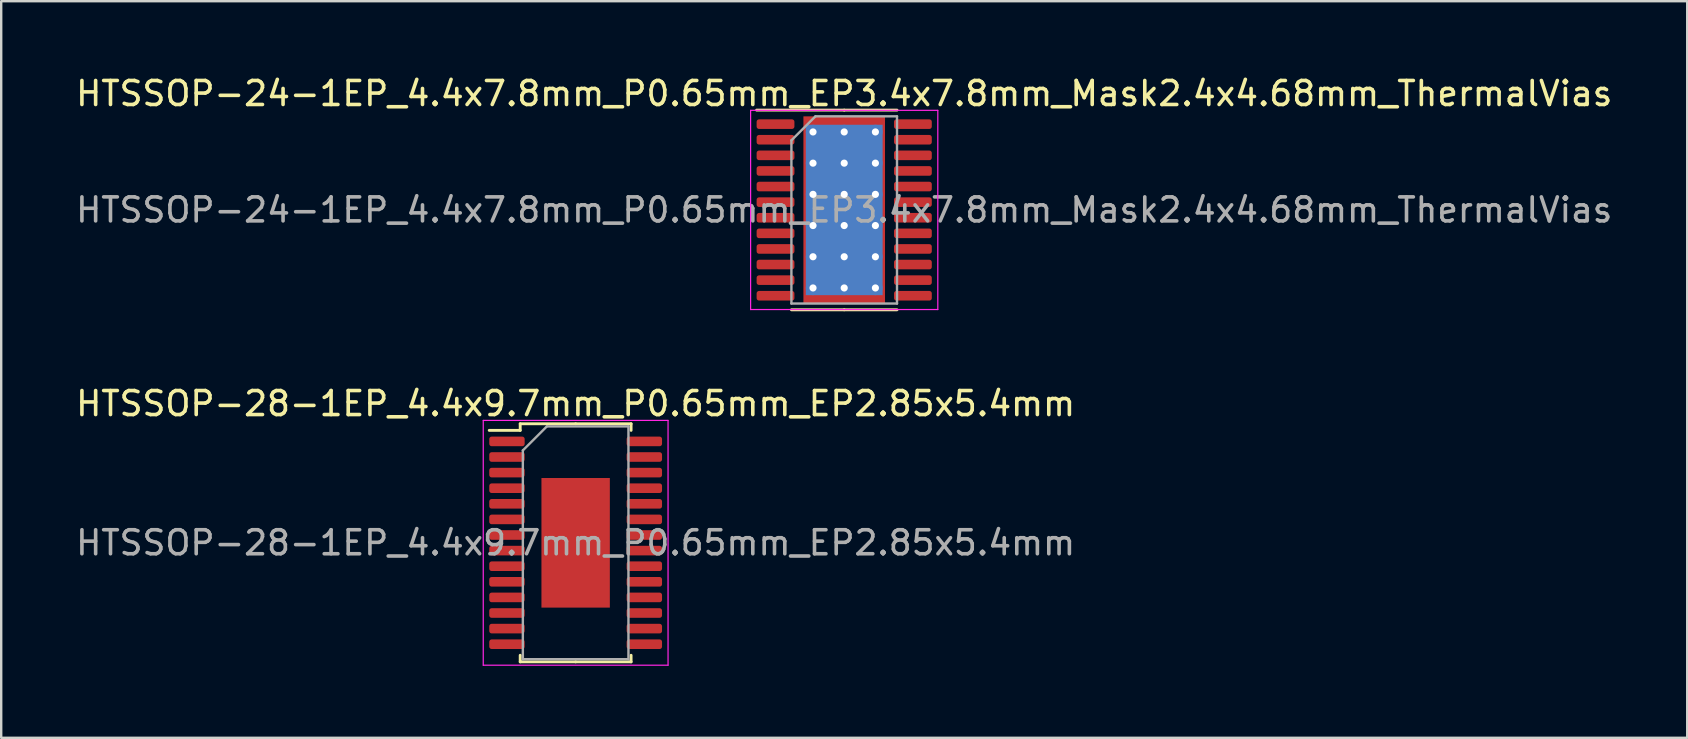
<source format=kicad_pcb>
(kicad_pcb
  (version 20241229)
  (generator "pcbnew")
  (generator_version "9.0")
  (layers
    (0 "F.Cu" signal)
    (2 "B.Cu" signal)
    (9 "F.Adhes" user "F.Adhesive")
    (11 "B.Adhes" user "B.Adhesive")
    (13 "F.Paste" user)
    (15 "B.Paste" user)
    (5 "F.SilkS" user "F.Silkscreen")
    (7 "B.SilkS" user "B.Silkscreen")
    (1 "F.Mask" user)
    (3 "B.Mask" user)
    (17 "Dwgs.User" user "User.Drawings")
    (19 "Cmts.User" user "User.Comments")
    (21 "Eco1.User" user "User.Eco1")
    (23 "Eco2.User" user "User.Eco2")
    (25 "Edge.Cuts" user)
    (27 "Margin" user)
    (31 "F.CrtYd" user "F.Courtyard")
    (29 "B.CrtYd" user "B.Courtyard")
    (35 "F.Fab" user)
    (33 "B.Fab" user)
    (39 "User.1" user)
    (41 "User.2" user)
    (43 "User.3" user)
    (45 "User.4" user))
  (footprint "HTSSOP-24-1EP_4.4x7.8mm_P0.65mm_EP3.4x7.8mm_Mask2.4x4.68mm_ThermalVias"
    (layer "F.Cu")
    (at 32.125 5.698)
    (property "Reference" "HTSSOP-24-1EP_4.4x7.8mm_P0.65mm_EP3.4x7.8mm_Mask2.4x4.68mm_ThermalVias" (at 0 -4.85 0) (layer "F.SilkS") (effects (font (size 1 1) (thickness 0.15))))
    (attr smd)
    (fp_line (start 0 -4.16) (end -3.65 -4.16) (stroke (width 0.12) (type solid)) (layer "F.SilkS"))
    (fp_line (start 0 -4.16) (end 2.2 -4.16) (stroke (width 0.12) (type solid)) (layer "F.SilkS"))
    (fp_line (start 0 4.16) (end -2.2 4.16) (stroke (width 0.12) (type solid)) (layer "F.SilkS"))
    (fp_line (start 0 4.16) (end 2.2 4.16) (stroke (width 0.12) (type solid)) (layer "F.SilkS"))
    (fp_line (start -3.9 -4.15) (end -3.9 4.15) (stroke (width 0.05) (type solid)) (layer "F.CrtYd"))
    (fp_line (start -3.9 4.15) (end 3.9 4.15) (stroke (width 0.05) (type solid)) (layer "F.CrtYd"))
    (fp_line (start 3.9 -4.15) (end -3.9 -4.15) (stroke (width 0.05) (type solid)) (layer "F.CrtYd"))
    (fp_line (start 3.9 4.15) (end 3.9 -4.15) (stroke (width 0.05) (type solid)) (layer "F.CrtYd"))
    (fp_line (start -2.2 -2.9) (end -1.2 -3.9) (stroke (width 0.1) (type solid)) (layer "F.Fab"))
    (fp_line (start -2.2 3.9) (end -2.2 -2.9) (stroke (width 0.1) (type solid)) (layer "F.Fab"))
    (fp_line (start -1.2 -3.9) (end 2.2 -3.9) (stroke (width 0.1) (type solid)) (layer "F.Fab"))
    (fp_line (start 2.2 -3.9) (end 2.2 3.9) (stroke (width 0.1) (type solid)) (layer "F.Fab"))
    (fp_line (start 2.2 3.9) (end -2.2 3.9) (stroke (width 0.1) (type solid)) (layer "F.Fab"))
    (fp_text user "${REFERENCE}" (at 0 0 0) (layer "F.Fab") (effects (font (size 1 1) (thickness 0.15))))
    (pad "" smd roundrect (at 0 -1.17) (size 1.93 1.89) (layers "F.Paste") (roundrect_rratio 0.132))
    (pad "" smd rect (at 0 0) (size 2.4 4.68) (layers "F.Mask"))
    (pad "" smd roundrect (at 0 1.17) (size 1.93 1.89) (layers "F.Paste") (roundrect_rratio 0.132))
    (pad "1" smd roundrect (at -2.862 -3.575) (size 1.575 0.4) (layers "F.Cu" "F.Mask" "F.Paste") (roundrect_rratio 0.25))
    (pad "2" smd roundrect (at -2.862 -2.925) (size 1.575 0.4) (layers "F.Cu" "F.Mask" "F.Paste") (roundrect_rratio 0.25))
    (pad "3" smd roundrect (at -2.862 -2.275) (size 1.575 0.4) (layers "F.Cu" "F.Mask" "F.Paste") (roundrect_rratio 0.25))
    (pad "4" smd roundrect (at -2.862 -1.625) (size 1.575 0.4) (layers "F.Cu" "F.Mask" "F.Paste") (roundrect_rratio 0.25))
    (pad "5" smd roundrect (at -2.862 -0.975) (size 1.575 0.4) (layers "F.Cu" "F.Mask" "F.Paste") (roundrect_rratio 0.25))
    (pad "6" smd roundrect (at -2.862 -0.325) (size 1.575 0.4) (layers "F.Cu" "F.Mask" "F.Paste") (roundrect_rratio 0.25))
    (pad "7" smd roundrect (at -2.862 0.325) (size 1.575 0.4) (layers "F.Cu" "F.Mask" "F.Paste") (roundrect_rratio 0.25))
    (pad "8" smd roundrect (at -2.862 0.975) (size 1.575 0.4) (layers "F.Cu" "F.Mask" "F.Paste") (roundrect_rratio 0.25))
    (pad "9" smd roundrect (at -2.862 1.625) (size 1.575 0.4) (layers "F.Cu" "F.Mask" "F.Paste") (roundrect_rratio 0.25))
    (pad "10" smd roundrect (at -2.862 2.275) (size 1.575 0.4) (layers "F.Cu" "F.Mask" "F.Paste") (roundrect_rratio 0.25))
    (pad "11" smd roundrect (at -2.862 2.925) (size 1.575 0.4) (layers "F.Cu" "F.Mask" "F.Paste") (roundrect_rratio 0.25))
    (pad "12" smd roundrect (at -2.862 3.575) (size 1.575 0.4) (layers "F.Cu" "F.Mask" "F.Paste") (roundrect_rratio 0.25))
    (pad "13" smd roundrect (at 2.862 3.575) (size 1.575 0.4) (layers "F.Cu" "F.Mask" "F.Paste") (roundrect_rratio 0.25))
    (pad "14" smd roundrect (at 2.862 2.925) (size 1.575 0.4) (layers "F.Cu" "F.Mask" "F.Paste") (roundrect_rratio 0.25))
    (pad "15" smd roundrect (at 2.862 2.275) (size 1.575 0.4) (layers "F.Cu" "F.Mask" "F.Paste") (roundrect_rratio 0.25))
    (pad "16" smd roundrect (at 2.862 1.625) (size 1.575 0.4) (layers "F.Cu" "F.Mask" "F.Paste") (roundrect_rratio 0.25))
    (pad "17" smd roundrect (at 2.862 0.975) (size 1.575 0.4) (layers "F.Cu" "F.Mask" "F.Paste") (roundrect_rratio 0.25))
    (pad "18" smd roundrect (at 2.862 0.325) (size 1.575 0.4) (layers "F.Cu" "F.Mask" "F.Paste") (roundrect_rratio 0.25))
    (pad "19" smd roundrect (at 2.862 -0.325) (size 1.575 0.4) (layers "F.Cu" "F.Mask" "F.Paste") (roundrect_rratio 0.25))
    (pad "20" smd roundrect (at 2.862 -0.975) (size 1.575 0.4) (layers "F.Cu" "F.Mask" "F.Paste") (roundrect_rratio 0.25))
    (pad "21" smd roundrect (at 2.862 -1.625) (size 1.575 0.4) (layers "F.Cu" "F.Mask" "F.Paste") (roundrect_rratio 0.25))
    (pad "22" smd roundrect (at 2.862 -2.275) (size 1.575 0.4) (layers "F.Cu" "F.Mask" "F.Paste") (roundrect_rratio 0.25))
    (pad "23" smd roundrect (at 2.862 -2.925) (size 1.575 0.4) (layers "F.Cu" "F.Mask" "F.Paste") (roundrect_rratio 0.25))
    (pad "24" smd roundrect (at 2.862 -3.575) (size 1.575 0.4) (layers "F.Cu" "F.Mask" "F.Paste") (roundrect_rratio 0.25))
    (pad "25" thru_hole circle (at -1.3 -3.25) (size 0.6 0.6) (drill 0.3) (layers "*.Cu"))
    (pad "25" thru_hole circle (at -1.3 -1.95) (size 0.6 0.6) (drill 0.3) (layers "*.Cu"))
    (pad "25" thru_hole circle (at -1.3 -0.65) (size 0.6 0.6) (drill 0.3) (layers "*.Cu"))
    (pad "25" thru_hole circle (at -1.3 0.65) (size 0.6 0.6) (drill 0.3) (layers "*.Cu"))
    (pad "25" thru_hole circle (at -1.3 1.95) (size 0.6 0.6) (drill 0.3) (layers "*.Cu"))
    (pad "25" thru_hole circle (at -1.3 3.25) (size 0.6 0.6) (drill 0.3) (layers "*.Cu"))
    (pad "25" thru_hole circle (at 0 -3.25) (size 0.6 0.6) (drill 0.3) (layers "*.Cu"))
    (pad "25" thru_hole circle (at 0 -1.95) (size 0.6 0.6) (drill 0.3) (layers "*.Cu"))
    (pad "25" thru_hole circle (at 0 -0.65) (size 0.6 0.6) (drill 0.3) (layers "*.Cu"))
    (pad "25" smd rect (at 0 0) (size 3.2 7.1) (layers "B.Cu"))
    (pad "25" smd rect (at 0 0) (size 3.4 7.8) (layers "F.Cu"))
    (pad "25" thru_hole circle (at 0 0.65) (size 0.6 0.6) (drill 0.3) (layers "*.Cu"))
    (pad "25" thru_hole circle (at 0 1.95) (size 0.6 0.6) (drill 0.3) (layers "*.Cu"))
    (pad "25" thru_hole circle (at 0 3.25) (size 0.6 0.6) (drill 0.3) (layers "*.Cu"))
    (pad "25" thru_hole circle (at 1.3 -3.25) (size 0.6 0.6) (drill 0.3) (layers "*.Cu"))
    (pad "25" thru_hole circle (at 1.3 -1.95) (size 0.6 0.6) (drill 0.3) (layers "*.Cu"))
    (pad "25" thru_hole circle (at 1.3 -0.65) (size 0.6 0.6) (drill 0.3) (layers "*.Cu"))
    (pad "25" thru_hole circle (at 1.3 0.65) (size 0.6 0.6) (drill 0.3) (layers "*.Cu"))
    (pad "25" thru_hole circle (at 1.3 1.95) (size 0.6 0.6) (drill 0.3) (layers "*.Cu"))
    (pad "25" thru_hole circle (at 1.3 3.25) (size 0.6 0.6) (drill 0.3) (layers "*.Cu")))
  (footprint "HTSSOP-28-1EP_4.4x9.7mm_P0.65mm_EP2.85x5.4mm"
    (layer "F.Cu")
    (at 20.935 19.567)
    (property "Reference" "HTSSOP-28-1EP_4.4x9.7mm_P0.65mm_EP2.85x5.4mm" (at 0 -5.8 0) (layer "F.SilkS") (effects (font (size 1 1) (thickness 0.15))))
    (attr smd)
    (fp_line (start -2.31 -4.96) (end -2.31 -4.685) (stroke (width 0.12) (type solid)) (layer "F.SilkS"))
    (fp_line (start -2.31 -4.685) (end -3.6 -4.685) (stroke (width 0.12) (type solid)) (layer "F.SilkS"))
    (fp_line (start -2.31 4.96) (end -2.31 4.685) (stroke (width 0.12) (type solid)) (layer "F.SilkS"))
    (fp_line (start 0 -4.96) (end -2.31 -4.96) (stroke (width 0.12) (type solid)) (layer "F.SilkS"))
    (fp_line (start 0 -4.96) (end 2.31 -4.96) (stroke (width 0.12) (type solid)) (layer "F.SilkS"))
    (fp_line (start 0 4.96) (end -2.31 4.96) (stroke (width 0.12) (type solid)) (layer "F.SilkS"))
    (fp_line (start 0 4.96) (end 2.31 4.96) (stroke (width 0.12) (type solid)) (layer "F.SilkS"))
    (fp_line (start 2.31 -4.96) (end 2.31 -4.685) (stroke (width 0.12) (type solid)) (layer "F.SilkS"))
    (fp_line (start 2.31 4.96) (end 2.31 4.685) (stroke (width 0.12) (type solid)) (layer "F.SilkS"))
    (fp_line (start -3.85 -5.1) (end -3.85 5.1) (stroke (width 0.05) (type solid)) (layer "F.CrtYd"))
    (fp_line (start -3.85 5.1) (end 3.85 5.1) (stroke (width 0.05) (type solid)) (layer "F.CrtYd"))
    (fp_line (start 3.85 -5.1) (end -3.85 -5.1) (stroke (width 0.05) (type solid)) (layer "F.CrtYd"))
    (fp_line (start 3.85 5.1) (end 3.85 -5.1) (stroke (width 0.05) (type solid)) (layer "F.CrtYd"))
    (fp_line (start -2.2 -3.85) (end -1.2 -4.85) (stroke (width 0.1) (type solid)) (layer "F.Fab"))
    (fp_line (start -2.2 4.85) (end -2.2 -3.85) (stroke (width 0.1) (type solid)) (layer "F.Fab"))
    (fp_line (start -1.2 -4.85) (end 2.2 -4.85) (stroke (width 0.1) (type solid)) (layer "F.Fab"))
    (fp_line (start 2.2 -4.85) (end 2.2 4.85) (stroke (width 0.1) (type solid)) (layer "F.Fab"))
    (fp_line (start 2.2 4.85) (end -2.2 4.85) (stroke (width 0.1) (type solid)) (layer "F.Fab"))
    (fp_text user "${REFERENCE}" (at 0 0 0) (layer "F.Fab") (effects (font (size 1 1) (thickness 0.15))))
    (pad "" smd roundrect (at 0 0) (size 2.3 4.35) (layers "F.Paste") (roundrect_rratio 0.109))
    (pad "1" smd roundrect (at -2.862 -4.225) (size 1.475 0.4) (layers "F.Cu" "F.Mask" "F.Paste") (roundrect_rratio 0.25))
    (pad "2" smd roundrect (at -2.862 -3.575) (size 1.475 0.4) (layers "F.Cu" "F.Mask" "F.Paste") (roundrect_rratio 0.25))
    (pad "3" smd roundrect (at -2.862 -2.925) (size 1.475 0.4) (layers "F.Cu" "F.Mask" "F.Paste") (roundrect_rratio 0.25))
    (pad "4" smd roundrect (at -2.862 -2.275) (size 1.475 0.4) (layers "F.Cu" "F.Mask" "F.Paste") (roundrect_rratio 0.25))
    (pad "5" smd roundrect (at -2.862 -1.625) (size 1.475 0.4) (layers "F.Cu" "F.Mask" "F.Paste") (roundrect_rratio 0.25))
    (pad "6" smd roundrect (at -2.862 -0.975) (size 1.475 0.4) (layers "F.Cu" "F.Mask" "F.Paste") (roundrect_rratio 0.25))
    (pad "7" smd roundrect (at -2.862 -0.325) (size 1.475 0.4) (layers "F.Cu" "F.Mask" "F.Paste") (roundrect_rratio 0.25))
    (pad "8" smd roundrect (at -2.862 0.325) (size 1.475 0.4) (layers "F.Cu" "F.Mask" "F.Paste") (roundrect_rratio 0.25))
    (pad "9" smd roundrect (at -2.862 0.975) (size 1.475 0.4) (layers "F.Cu" "F.Mask" "F.Paste") (roundrect_rratio 0.25))
    (pad "10" smd roundrect (at -2.862 1.625) (size 1.475 0.4) (layers "F.Cu" "F.Mask" "F.Paste") (roundrect_rratio 0.25))
    (pad "11" smd roundrect (at -2.862 2.275) (size 1.475 0.4) (layers "F.Cu" "F.Mask" "F.Paste") (roundrect_rratio 0.25))
    (pad "12" smd roundrect (at -2.862 2.925) (size 1.475 0.4) (layers "F.Cu" "F.Mask" "F.Paste") (roundrect_rratio 0.25))
    (pad "13" smd roundrect (at -2.862 3.575) (size 1.475 0.4) (layers "F.Cu" "F.Mask" "F.Paste") (roundrect_rratio 0.25))
    (pad "14" smd roundrect (at -2.862 4.225) (size 1.475 0.4) (layers "F.Cu" "F.Mask" "F.Paste") (roundrect_rratio 0.25))
    (pad "15" smd roundrect (at 2.862 4.225) (size 1.475 0.4) (layers "F.Cu" "F.Mask" "F.Paste") (roundrect_rratio 0.25))
    (pad "16" smd roundrect (at 2.862 3.575) (size 1.475 0.4) (layers "F.Cu" "F.Mask" "F.Paste") (roundrect_rratio 0.25))
    (pad "17" smd roundrect (at 2.862 2.925) (size 1.475 0.4) (layers "F.Cu" "F.Mask" "F.Paste") (roundrect_rratio 0.25))
    (pad "18" smd roundrect (at 2.862 2.275) (size 1.475 0.4) (layers "F.Cu" "F.Mask" "F.Paste") (roundrect_rratio 0.25))
    (pad "19" smd roundrect (at 2.862 1.625) (size 1.475 0.4) (layers "F.Cu" "F.Mask" "F.Paste") (roundrect_rratio 0.25))
    (pad "20" smd roundrect (at 2.862 0.975) (size 1.475 0.4) (layers "F.Cu" "F.Mask" "F.Paste") (roundrect_rratio 0.25))
    (pad "21" smd roundrect (at 2.862 0.325) (size 1.475 0.4) (layers "F.Cu" "F.Mask" "F.Paste") (roundrect_rratio 0.25))
    (pad "22" smd roundrect (at 2.862 -0.325) (size 1.475 0.4) (layers "F.Cu" "F.Mask" "F.Paste") (roundrect_rratio 0.25))
    (pad "23" smd roundrect (at 2.862 -0.975) (size 1.475 0.4) (layers "F.Cu" "F.Mask" "F.Paste") (roundrect_rratio 0.25))
    (pad "24" smd roundrect (at 2.862 -1.625) (size 1.475 0.4) (layers "F.Cu" "F.Mask" "F.Paste") (roundrect_rratio 0.25))
    (pad "25" smd roundrect (at 2.862 -2.275) (size 1.475 0.4) (layers "F.Cu" "F.Mask" "F.Paste") (roundrect_rratio 0.25))
    (pad "26" smd roundrect (at 2.862 -2.925) (size 1.475 0.4) (layers "F.Cu" "F.Mask" "F.Paste") (roundrect_rratio 0.25))
    (pad "27" smd roundrect (at 2.862 -3.575) (size 1.475 0.4) (layers "F.Cu" "F.Mask" "F.Paste") (roundrect_rratio 0.25))
    (pad "28" smd roundrect (at 2.862 -4.225) (size 1.475 0.4) (layers "F.Cu" "F.Mask" "F.Paste") (roundrect_rratio 0.25))
    (pad "29" smd rect (at 0 0) (size 2.85 5.4) (layers "F.Cu" "F.Mask")))
  (gr_rect
    (start -3 -3)
    (end 67.25 27.692)
    (stroke (width 0.1) (type default))
    (fill no)
    (layer "Edge.Cuts")))
</source>
